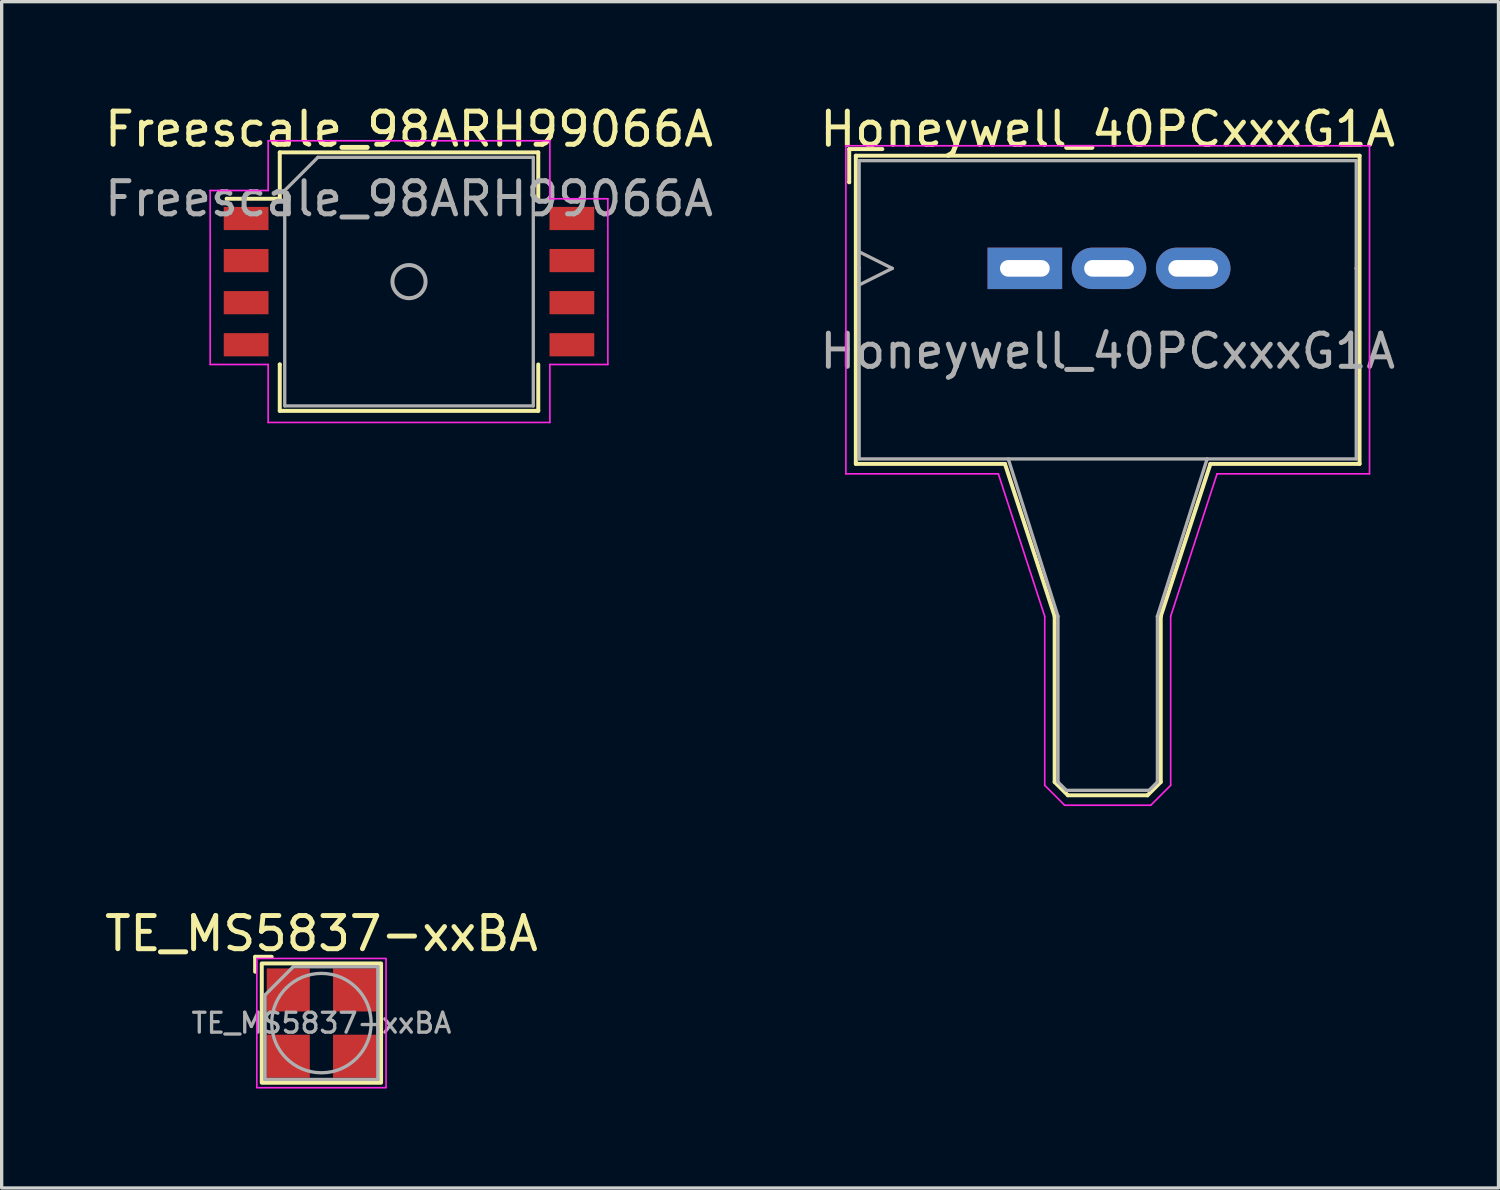
<source format=kicad_pcb>
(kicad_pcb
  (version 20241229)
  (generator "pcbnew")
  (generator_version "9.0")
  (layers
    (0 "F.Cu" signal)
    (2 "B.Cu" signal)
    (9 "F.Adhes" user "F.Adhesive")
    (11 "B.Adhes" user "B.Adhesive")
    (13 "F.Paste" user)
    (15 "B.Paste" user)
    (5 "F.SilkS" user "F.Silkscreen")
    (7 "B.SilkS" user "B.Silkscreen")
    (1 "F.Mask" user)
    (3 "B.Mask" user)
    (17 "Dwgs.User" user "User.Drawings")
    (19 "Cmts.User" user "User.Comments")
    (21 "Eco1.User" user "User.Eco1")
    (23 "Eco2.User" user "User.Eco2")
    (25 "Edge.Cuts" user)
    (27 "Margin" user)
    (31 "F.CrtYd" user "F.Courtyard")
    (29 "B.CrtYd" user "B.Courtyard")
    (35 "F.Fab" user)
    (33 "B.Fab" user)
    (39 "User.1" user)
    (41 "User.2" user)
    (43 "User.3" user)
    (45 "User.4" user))
  (footprint "Freescale_98ARH99066A"
    (layer "F.Cu")
    (at 9.292 5.448)
    (property "Reference" "Freescale_98ARH99066A" (at 0 -4.6 0) (layer "F.SilkS") (effects (font (size 1 1) (thickness 0.15))))
    (attr smd)
    (fp_line (start -5.5 -2.5) (end -5.5 -2.5) (stroke (width 0.12) (type solid)) (layer "F.SilkS"))
    (fp_line (start -3.9 -3.9) (end -3.9 -2.5) (stroke (width 0.12) (type solid)) (layer "F.SilkS"))
    (fp_line (start -3.9 -2.5) (end -5.5 -2.5) (stroke (width 0.12) (type solid)) (layer "F.SilkS"))
    (fp_line (start -3.9 2.5) (end -3.9 2.5) (stroke (width 0.12) (type solid)) (layer "F.SilkS"))
    (fp_line (start -3.9 3.9) (end -3.9 2.5) (stroke (width 0.12) (type solid)) (layer "F.SilkS"))
    (fp_line (start 3.9 -3.9) (end -3.9 -3.9) (stroke (width 0.12) (type solid)) (layer "F.SilkS"))
    (fp_line (start 3.9 -2.5) (end 3.9 -3.9) (stroke (width 0.12) (type solid)) (layer "F.SilkS"))
    (fp_line (start 3.9 2.5) (end 3.9 3.9) (stroke (width 0.12) (type solid)) (layer "F.SilkS"))
    (fp_line (start 3.9 3.9) (end -3.9 3.9) (stroke (width 0.12) (type solid)) (layer "F.SilkS"))
    (fp_line (start -6 -2.75) (end -4.25 -2.75) (stroke (width 0.05) (type solid)) (layer "F.CrtYd"))
    (fp_line (start -6 2.5) (end -6 -2.75) (stroke (width 0.05) (type solid)) (layer "F.CrtYd"))
    (fp_line (start -5.75 -2.75) (end -5.75 -2.75) (stroke (width 0.05) (type solid)) (layer "F.CrtYd"))
    (fp_line (start -4.25 -4.25) (end 4.25 -4.25) (stroke (width 0.05) (type solid)) (layer "F.CrtYd"))
    (fp_line (start -4.25 -2.75) (end -4.25 -4.25) (stroke (width 0.05) (type solid)) (layer "F.CrtYd"))
    (fp_line (start -4.25 2.5) (end -6 2.5) (stroke (width 0.05) (type solid)) (layer "F.CrtYd"))
    (fp_line (start -4.25 4.25) (end -4.25 2.5) (stroke (width 0.05) (type solid)) (layer "F.CrtYd"))
    (fp_line (start 4.25 -4.25) (end 4.25 -2.5) (stroke (width 0.05) (type solid)) (layer "F.CrtYd"))
    (fp_line (start 4.25 -2.5) (end 6 -2.5) (stroke (width 0.05) (type solid)) (layer "F.CrtYd"))
    (fp_line (start 4.25 2.5) (end 4.25 4.25) (stroke (width 0.05) (type solid)) (layer "F.CrtYd"))
    (fp_line (start 4.25 4.25) (end -4.25 4.25) (stroke (width 0.05) (type solid)) (layer "F.CrtYd"))
    (fp_line (start 6 -2.5) (end 6 2.5) (stroke (width 0.05) (type solid)) (layer "F.CrtYd"))
    (fp_line (start 6 2.5) (end 4.25 2.5) (stroke (width 0.05) (type solid)) (layer "F.CrtYd"))
    (fp_line (start -3.75 -2.75) (end -2.75 -3.75) (stroke (width 0.1) (type solid)) (layer "F.Fab"))
    (fp_line (start -3.75 3.75) (end -3.75 -2.75) (stroke (width 0.1) (type solid)) (layer "F.Fab"))
    (fp_line (start -2.75 -3.75) (end 3.75 -3.75) (stroke (width 0.1) (type solid)) (layer "F.Fab"))
    (fp_line (start 3.75 -3.75) (end 3.75 3.75) (stroke (width 0.1) (type solid)) (layer "F.Fab"))
    (fp_line (start 3.75 3.75) (end -3.75 3.75) (stroke (width 0.1) (type solid)) (layer "F.Fab"))
    (fp_circle (center 0 0) (end 0.5 0) (stroke (width 0.12) (type solid)) (fill no) (layer "F.Fab"))
    (fp_text user "${REFERENCE}" (at 0 -2.5 0) (layer "F.Fab") (effects (font (size 1 1) (thickness 0.15))))
    (pad "1" smd rect (at -4.915 -1.905) (size 1.35 0.7) (layers "F.Cu" "F.Mask" "F.Paste"))
    (pad "2" smd rect (at -4.915 -0.635) (size 1.35 0.7) (layers "F.Cu" "F.Mask" "F.Paste"))
    (pad "3" smd rect (at -4.915 0.635) (size 1.35 0.7) (layers "F.Cu" "F.Mask" "F.Paste"))
    (pad "4" smd rect (at -4.915 1.905) (size 1.35 0.7) (layers "F.Cu" "F.Mask" "F.Paste"))
    (pad "5" smd rect (at 4.915 1.905) (size 1.35 0.7) (layers "F.Cu" "F.Mask" "F.Paste"))
    (pad "6" smd rect (at 4.915 0.635) (size 1.35 0.7) (layers "F.Cu" "F.Mask" "F.Paste"))
    (pad "7" smd rect (at 4.915 -0.635) (size 1.35 0.7) (layers "F.Cu" "F.Mask" "F.Paste"))
    (pad "8" smd rect (at 4.915 -1.905) (size 1.35 0.7) (layers "F.Cu" "F.Mask" "F.Paste")))
  (footprint "Honeywell_40PCxxxG1A"
    (layer "F.Cu")
    (at 27.875 5.048)
    (property "Reference" "Honeywell_40PCxxxG1A" (at 2.5 -4.2 0) (layer "F.SilkS") (effects (font (size 1 1) (thickness 0.15))))
    (attr through_hole)
    (fp_line (start -5.3 -3.6) (end -5.3 -2.6) (stroke (width 0.12) (type solid)) (layer "F.SilkS"))
    (fp_line (start -5.3 -2.6) (end -5.3 -2.6) (stroke (width 0.12) (type solid)) (layer "F.SilkS"))
    (fp_line (start -5.1 -3.4) (end -5.1 5.9) (stroke (width 0.12) (type solid)) (layer "F.SilkS"))
    (fp_line (start -5.1 5.9) (end -0.6 5.9) (stroke (width 0.12) (type solid)) (layer "F.SilkS"))
    (fp_line (start -4.3 -3.6) (end -5.3 -3.6) (stroke (width 0.12) (type solid)) (layer "F.SilkS"))
    (fp_line (start -0.6 5.9) (end 0.9 10.5) (stroke (width 0.12) (type solid)) (layer "F.SilkS"))
    (fp_line (start 0.9 10.5) (end 0.9 15.5) (stroke (width 0.12) (type solid)) (layer "F.SilkS"))
    (fp_line (start 0.9 15.5) (end 1.3 15.9) (stroke (width 0.12) (type solid)) (layer "F.SilkS"))
    (fp_line (start 1.3 15.9) (end 3.7 15.9) (stroke (width 0.12) (type solid)) (layer "F.SilkS"))
    (fp_line (start 3.7 15.9) (end 4.1 15.5) (stroke (width 0.12) (type solid)) (layer "F.SilkS"))
    (fp_line (start 4.1 10.5) (end 4.1 10.5) (stroke (width 0.12) (type solid)) (layer "F.SilkS"))
    (fp_line (start 4.1 15.5) (end 4.1 10.5) (stroke (width 0.12) (type solid)) (layer "F.SilkS"))
    (fp_line (start 5.6 5.9) (end 4.1 10.5) (stroke (width 0.12) (type solid)) (layer "F.SilkS"))
    (fp_line (start 10.1 -3.4) (end -5.1 -3.4) (stroke (width 0.12) (type solid)) (layer "F.SilkS"))
    (fp_line (start 10.1 -3.4) (end 10.1 5.9) (stroke (width 0.12) (type solid)) (layer "F.SilkS"))
    (fp_line (start 10.1 5.9) (end 5.6 5.9) (stroke (width 0.12) (type solid)) (layer "F.SilkS"))
    (fp_line (start -5.4 -3.7) (end 10.4 -3.7) (stroke (width 0.05) (type solid)) (layer "F.CrtYd"))
    (fp_line (start -5.4 6.2) (end -5.4 -3.7) (stroke (width 0.05) (type solid)) (layer "F.CrtYd"))
    (fp_line (start -0.8 6.2) (end -5.4 6.2) (stroke (width 0.05) (type solid)) (layer "F.CrtYd"))
    (fp_line (start 0.6 10.5) (end -0.8 6.2) (stroke (width 0.05) (type solid)) (layer "F.CrtYd"))
    (fp_line (start 0.6 15.6) (end 0.6 10.5) (stroke (width 0.05) (type solid)) (layer "F.CrtYd"))
    (fp_line (start 1.2 16.2) (end 0.6 15.6) (stroke (width 0.05) (type solid)) (layer "F.CrtYd"))
    (fp_line (start 3.8 16.2) (end 1.2 16.2) (stroke (width 0.05) (type solid)) (layer "F.CrtYd"))
    (fp_line (start 4.4 10.5) (end 4.4 15.6) (stroke (width 0.05) (type solid)) (layer "F.CrtYd"))
    (fp_line (start 4.4 15.6) (end 3.8 16.2) (stroke (width 0.05) (type solid)) (layer "F.CrtYd"))
    (fp_line (start 5.8 6.2) (end 4.4 10.5) (stroke (width 0.05) (type solid)) (layer "F.CrtYd"))
    (fp_line (start 10.4 -3.7) (end 10.4 -3.7) (stroke (width 0.05) (type solid)) (layer "F.CrtYd"))
    (fp_line (start 10.4 -3.7) (end 10.4 6.2) (stroke (width 0.05) (type solid)) (layer "F.CrtYd"))
    (fp_line (start 10.4 6.2) (end 5.8 6.2) (stroke (width 0.05) (type solid)) (layer "F.CrtYd"))
    (fp_line (start -5 -3.25) (end 10 -3.25) (stroke (width 0.1) (type solid)) (layer "F.Fab"))
    (fp_line (start -5 -0.5) (end -4 0) (stroke (width 0.1) (type solid)) (layer "F.Fab"))
    (fp_line (start -5 0) (end -5 0) (stroke (width 0.1) (type solid)) (layer "F.Fab"))
    (fp_line (start -5 5.75) (end -5 -3.25) (stroke (width 0.1) (type solid)) (layer "F.Fab"))
    (fp_line (start -4 0) (end -5 0.5) (stroke (width 0.1) (type solid)) (layer "F.Fab"))
    (fp_line (start -0.5 5.75) (end 1 10.5) (stroke (width 0.1) (type solid)) (layer "F.Fab"))
    (fp_line (start 1 10.5) (end 1 15.5) (stroke (width 0.1) (type solid)) (layer "F.Fab"))
    (fp_line (start 1 15.5) (end 1.25 15.75) (stroke (width 0.1) (type solid)) (layer "F.Fab"))
    (fp_line (start 1.25 15.75) (end 3.75 15.75) (stroke (width 0.1) (type solid)) (layer "F.Fab"))
    (fp_line (start 3.75 15.75) (end 4 15.5) (stroke (width 0.1) (type solid)) (layer "F.Fab"))
    (fp_line (start 4 10.5) (end 4 10.5) (stroke (width 0.1) (type solid)) (layer "F.Fab"))
    (fp_line (start 4 15.5) (end 4 10.5) (stroke (width 0.1) (type solid)) (layer "F.Fab"))
    (fp_line (start 5.5 5.75) (end 4 10.5) (stroke (width 0.1) (type solid)) (layer "F.Fab"))
    (fp_line (start 10 -3.25) (end 10 0) (stroke (width 0.1) (type solid)) (layer "F.Fab"))
    (fp_line (start 10 0) (end 10 0) (stroke (width 0.1) (type solid)) (layer "F.Fab"))
    (fp_line (start 10 0) (end 10 0) (stroke (width 0.1) (type solid)) (layer "F.Fab"))
    (fp_line (start 10 0) (end 10 5.75) (stroke (width 0.1) (type solid)) (layer "F.Fab"))
    (fp_line (start 10 5.75) (end -5 5.75) (stroke (width 0.1) (type solid)) (layer "F.Fab"))
    (fp_text user "${REFERENCE}" (at 2.5 2.5 0) (layer "F.Fab") (effects (font (size 1 1) (thickness 0.15))))
    (pad "1" thru_hole rect (at 0 0) (size 2.25 1.25) (drill oval 1.5 0.5) (layers "*.Cu" "*.Mask"))
    (pad "2" thru_hole oval (at 2.54 0) (size 2.25 1.25) (drill oval 1.5 0.5) (layers "*.Cu" "*.Mask"))
    (pad "3" thru_hole oval (at 5.08 0) (size 2.25 1.25) (drill oval 1.5 0.5) (layers "*.Cu" "*.Mask")))
  (footprint "TE_MS5837-xxBA"
    (layer "F.Cu")
    (at 6.649 27.822)
    (property "Reference" "TE_MS5837-xxBA" (at 0 -2.7 0) (unlocked yes) (layer "F.SilkS") (effects (font (size 1 1) (thickness 0.15))))
    (attr smd)
    (fp_line (start -2 -2) (end -2 -1.55) (stroke (width 0.12) (type solid)) (layer "F.SilkS"))
    (fp_line (start -1.5 -2) (end -2 -2) (stroke (width 0.12) (type solid)) (layer "F.SilkS"))
    (fp_rect (start 1.8 1.8) (end -1.8 -1.8) (stroke (width 0.12) (type solid)) (fill no) (layer "F.SilkS"))
    (fp_rect (start 1.95 1.95) (end -1.95 -1.95) (stroke (width 0.05) (type solid)) (fill no) (layer "F.CrtYd"))
    (fp_line (start -1.7 -0.85) (end -1.7 1.7) (stroke (width 0.1) (type solid)) (layer "F.Fab"))
    (fp_line (start -1.7 1.7) (end 1.7 1.7) (stroke (width 0.1) (type solid)) (layer "F.Fab"))
    (fp_line (start -0.85 -1.7) (end -1.7 -0.85) (stroke (width 0.1) (type solid)) (layer "F.Fab"))
    (fp_line (start 1.7 -1.7) (end -0.85 -1.7) (stroke (width 0.1) (type solid)) (layer "F.Fab"))
    (fp_line (start 1.7 1.7) (end 1.7 -1.7) (stroke (width 0.1) (type solid)) (layer "F.Fab"))
    (fp_circle (center 0 0) (end -1.5 0) (stroke (width 0.1) (type solid)) (fill no) (layer "F.Fab"))
    (fp_text user "${REFERENCE}" (at 0 0 180) (layer "F.Fab") (effects (font (size 0.6 0.6) (thickness 0.1))))
    (pad "1" smd rect (at -1 -1 180) (size 1.3 1.3) (layers "F.Cu" "F.Mask" "F.Paste"))
    (pad "2" smd rect (at -1 1 180) (size 1.3 1.3) (layers "F.Cu" "F.Mask" "F.Paste"))
    (pad "3" smd rect (at 1 1 180) (size 1.3 1.3) (layers "F.Cu" "F.Mask" "F.Paste"))
    (pad "4" smd rect (at 1 -1 180) (size 1.3 1.3) (layers "F.Cu" "F.Mask" "F.Paste")))
  (gr_rect
    (start -3 -3)
    (end 42.167 32.797)
    (stroke (width 0.1) (type default))
    (fill no)
    (layer "Edge.Cuts")))
</source>
